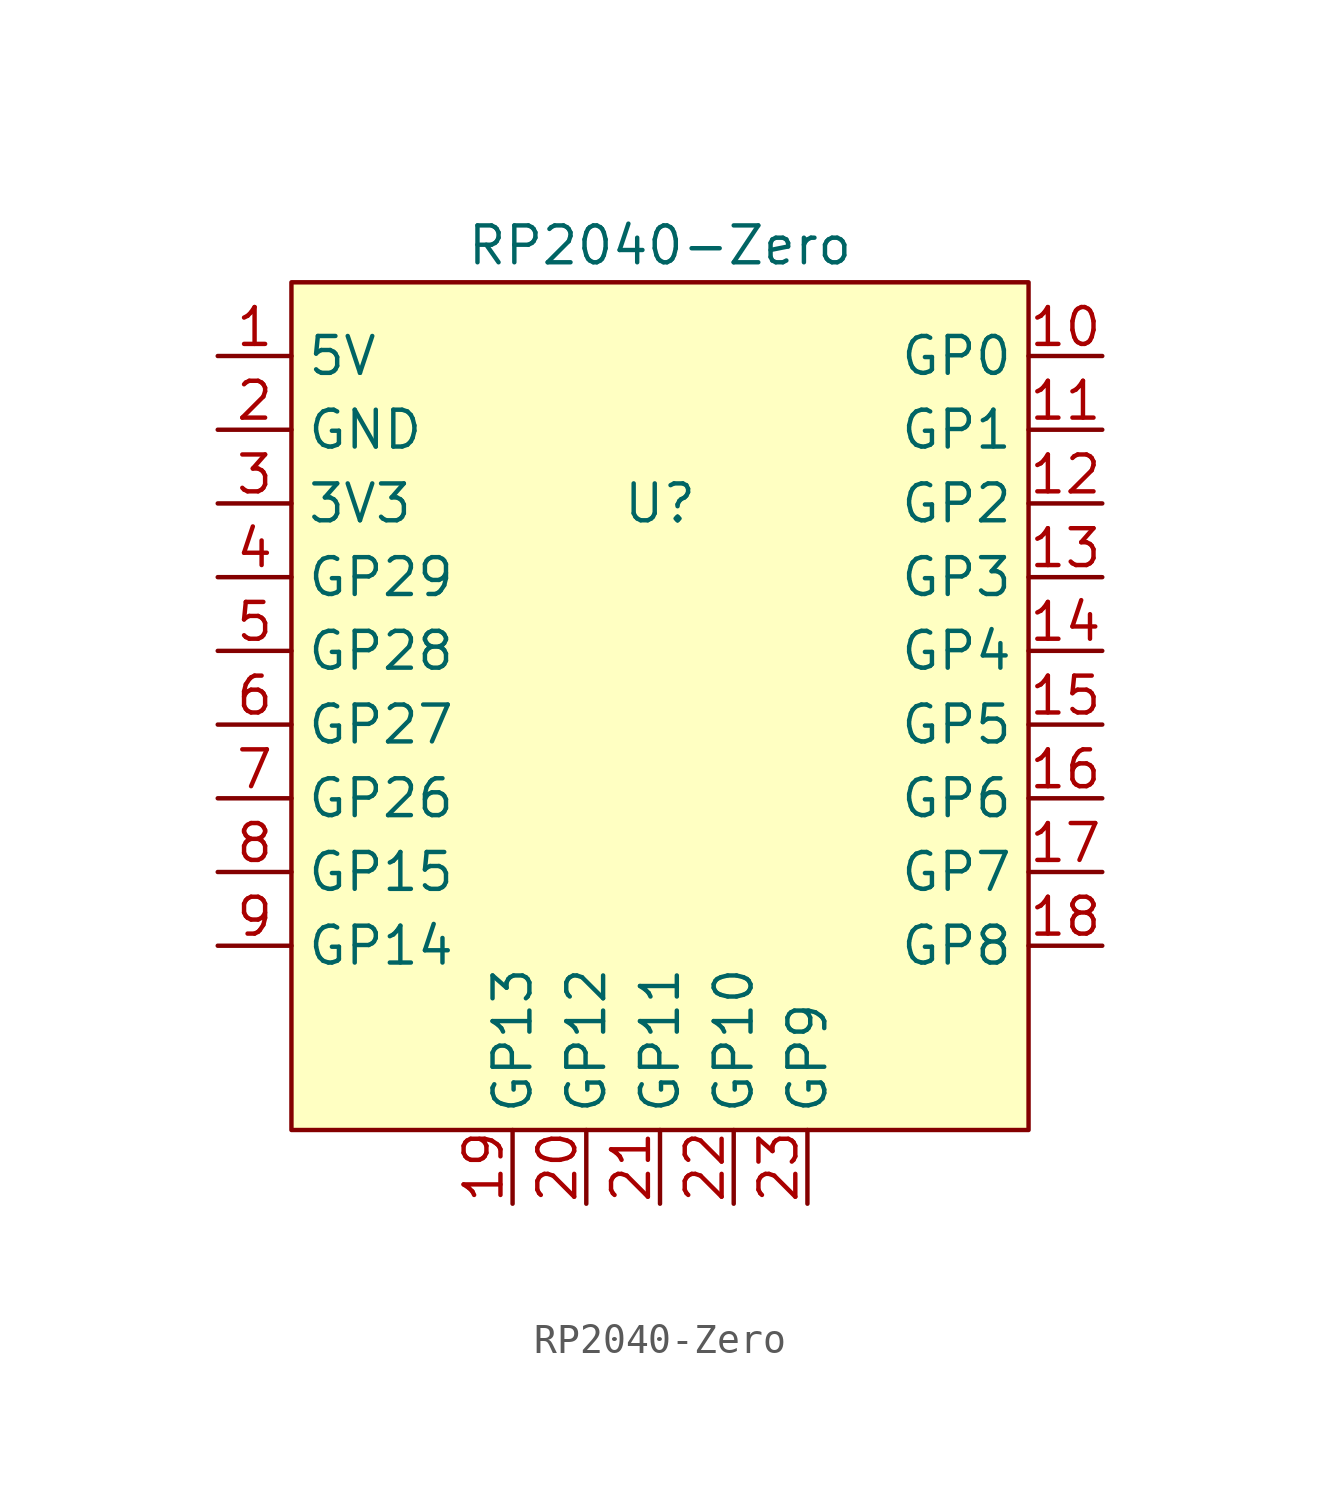
<source format=kicad_sym>
(kicad_symbol_lib
  (version 20220914)
  (generator kicad_symbol_editor)
  (symbol "RP2040-Zero"
    (property "Reference" "U"
      (at 0 0 0)
      (effects (font (size 1.27 1.27))))
    (property "Value" "RP2040-Zero"
      (at 0 8.89 0)
      (effects (font (size 1.27 1.27))))
    (symbol "RP2040-Zero_0_1"
      (rectangle (start -12.7 7.62) (end 12.7 -21.59) (stroke (width 0) (type default)) (fill (type background))))
    (symbol "RP2040-Zero_1_1"
      (pin power_in line (at -15.24 5.08 0) (length 2.54) (name "5V" (effects (font (size 1.27 1.27)))) (number "1" (effects (font (size 1.27 1.27)))))
      (pin bidirectional line (at 15.24 5.08 180) (length 2.54) (name "GP0" (effects (font (size 1.27 1.27)))) (number "10" (effects (font (size 1.27 1.27)))))
      (pin bidirectional line (at 15.24 2.54 180) (length 2.54) (name "GP1" (effects (font (size 1.27 1.27)))) (number "11" (effects (font (size 1.27 1.27)))))
      (pin bidirectional line (at 15.24 0 180) (length 2.54) (name "GP2" (effects (font (size 1.27 1.27)))) (number "12" (effects (font (size 1.27 1.27)))))
      (pin bidirectional line (at 15.24 -2.54 180) (length 2.54) (name "GP3" (effects (font (size 1.27 1.27)))) (number "13" (effects (font (size 1.27 1.27)))))
      (pin bidirectional line (at 15.24 -5.08 180) (length 2.54) (name "GP4" (effects (font (size 1.27 1.27)))) (number "14" (effects (font (size 1.27 1.27)))))
      (pin bidirectional line (at 15.24 -7.62 180) (length 2.54) (name "GP5" (effects (font (size 1.27 1.27)))) (number "15" (effects (font (size 1.27 1.27)))))
      (pin bidirectional line (at 15.24 -10.16 180) (length 2.54) (name "GP6" (effects (font (size 1.27 1.27)))) (number "16" (effects (font (size 1.27 1.27)))))
      (pin bidirectional line (at 15.24 -12.7 180) (length 2.54) (name "GP7" (effects (font (size 1.27 1.27)))) (number "17" (effects (font (size 1.27 1.27)))))
      (pin bidirectional line (at 15.24 -15.24 180) (length 2.54) (name "GP8" (effects (font (size 1.27 1.27)))) (number "18" (effects (font (size 1.27 1.27)))))
      (pin bidirectional line (at -5.08 -24.13 90) (length 2.54) (name "GP13" (effects (font (size 1.27 1.27)))) (number "19" (effects (font (size 1.27 1.27)))))
      (pin power_in line (at -15.24 2.54 0) (length 2.54) (name "GND" (effects (font (size 1.27 1.27)))) (number "2" (effects (font (size 1.27 1.27)))))
      (pin bidirectional line (at -2.54 -24.13 90) (length 2.54) (name "GP12" (effects (font (size 1.27 1.27)))) (number "20" (effects (font (size 1.27 1.27)))))
      (pin bidirectional line (at 0 -24.13 90) (length 2.54) (name "GP11" (effects (font (size 1.27 1.27)))) (number "21" (effects (font (size 1.27 1.27)))))
      (pin bidirectional line (at 2.54 -24.13 90) (length 2.54) (name "GP10" (effects (font (size 1.27 1.27)))) (number "22" (effects (font (size 1.27 1.27)))))
      (pin bidirectional line (at 5.08 -24.13 90) (length 2.54) (name "GP9" (effects (font (size 1.27 1.27)))) (number "23" (effects (font (size 1.27 1.27)))))
      (pin power_in line (at -15.24 0 0) (length 2.54) (name "3V3" (effects (font (size 1.27 1.27)))) (number "3" (effects (font (size 1.27 1.27)))))
      (pin bidirectional line (at -15.24 -2.54 0) (length 2.54) (name "GP29" (effects (font (size 1.27 1.27)))) (number "4" (effects (font (size 1.27 1.27)))))
      (pin bidirectional line (at -15.24 -5.08 0) (length 2.54) (name "GP28" (effects (font (size 1.27 1.27)))) (number "5" (effects (font (size 1.27 1.27)))))
      (pin bidirectional line (at -15.24 -7.62 0) (length 2.54) (name "GP27" (effects (font (size 1.27 1.27)))) (number "6" (effects (font (size 1.27 1.27)))))
      (pin bidirectional line (at -15.24 -10.16 0) (length 2.54) (name "GP26" (effects (font (size 1.27 1.27)))) (number "7" (effects (font (size 1.27 1.27)))))
      (pin bidirectional line (at -15.24 -12.7 0) (length 2.54) (name "GP15" (effects (font (size 1.27 1.27)))) (number "8" (effects (font (size 1.27 1.27)))))
      (pin bidirectional line (at -15.24 -15.24 0) (length 2.54) (name "GP14" (effects (font (size 1.27 1.27)))) (number "9" (effects (font (size 1.27 1.27))))))))
</source>
